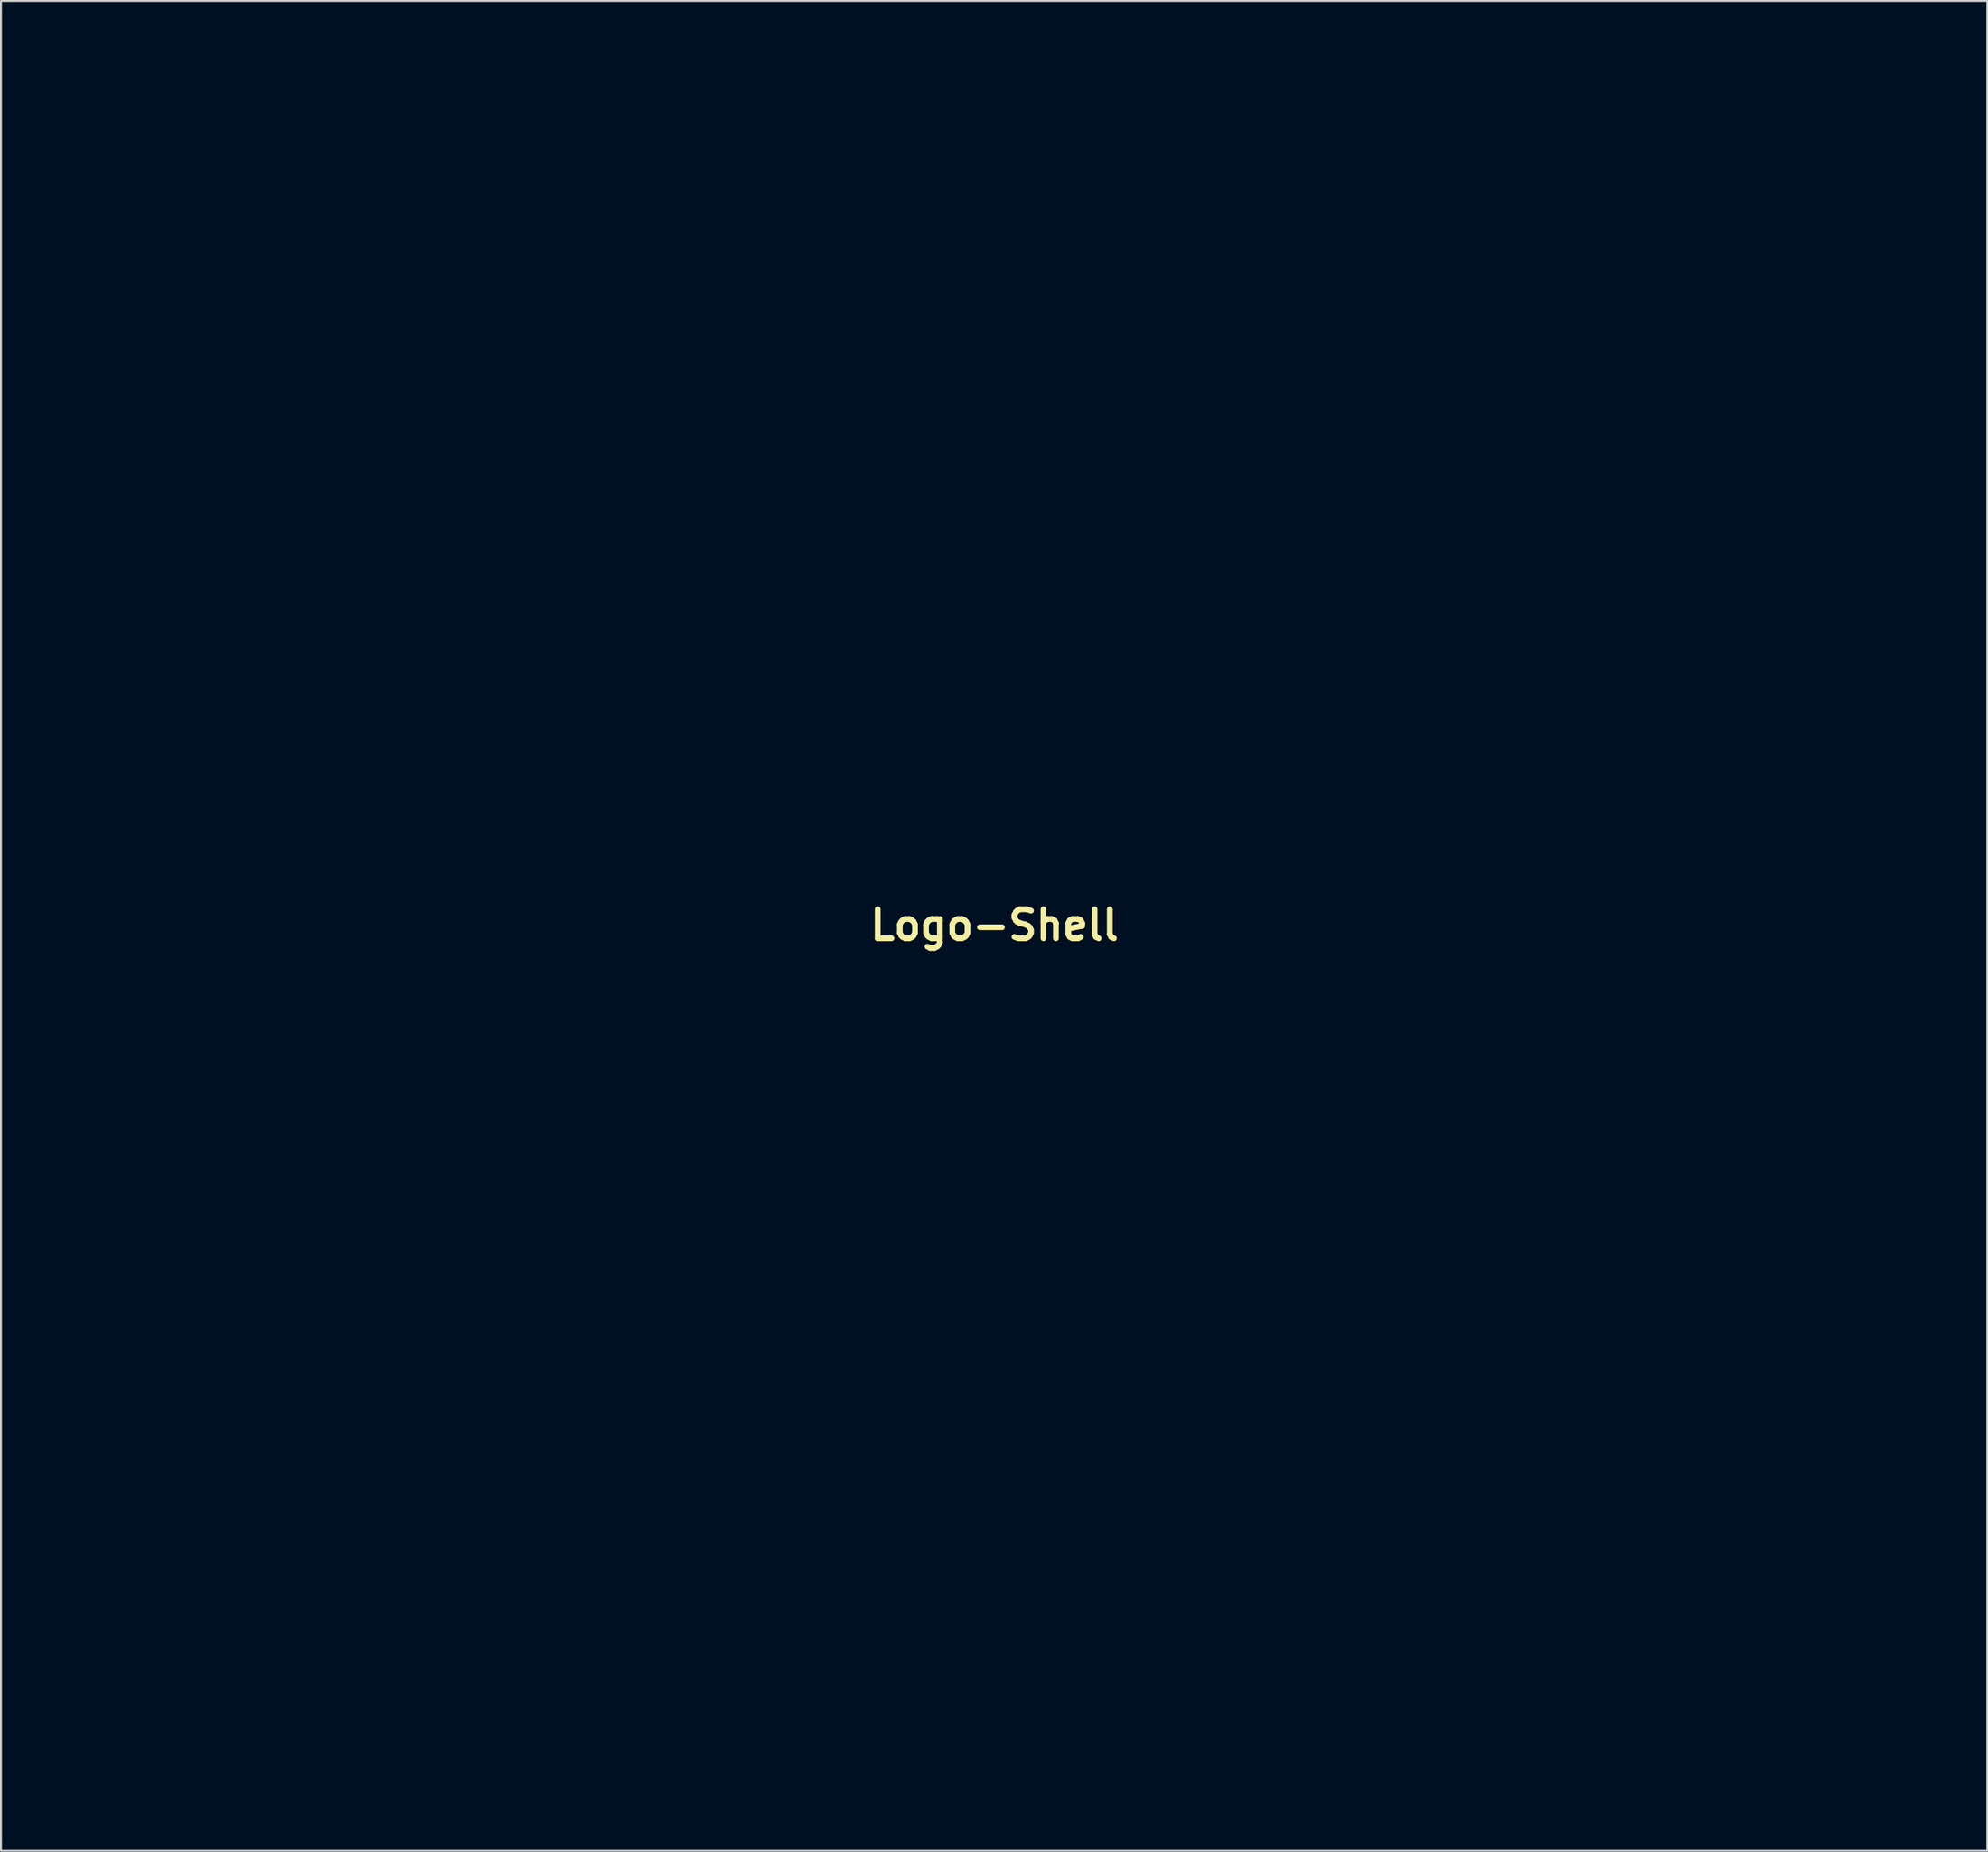
<source format=kicad_pcb>
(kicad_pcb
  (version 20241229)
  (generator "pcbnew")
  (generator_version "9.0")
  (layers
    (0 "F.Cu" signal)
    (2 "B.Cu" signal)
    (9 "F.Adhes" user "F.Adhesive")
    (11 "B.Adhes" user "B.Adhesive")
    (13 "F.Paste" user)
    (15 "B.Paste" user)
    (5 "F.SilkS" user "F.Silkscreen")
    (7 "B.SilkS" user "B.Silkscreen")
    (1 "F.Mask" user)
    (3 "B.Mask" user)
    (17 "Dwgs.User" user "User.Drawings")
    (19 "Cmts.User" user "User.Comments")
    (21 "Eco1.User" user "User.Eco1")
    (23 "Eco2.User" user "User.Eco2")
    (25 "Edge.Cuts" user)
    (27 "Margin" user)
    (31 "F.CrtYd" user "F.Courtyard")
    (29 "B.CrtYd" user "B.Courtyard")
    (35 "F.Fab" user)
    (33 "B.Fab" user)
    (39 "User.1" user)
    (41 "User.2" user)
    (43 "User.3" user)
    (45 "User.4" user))
  (footprint "Logo-Shell"
    (layer "F.Cu")
    (at 49.182 45.534)
    (property "Reference" "Logo-Shell" (at 0 0 0) (layer "F.SilkS") (effects (font (size 1.524 1.524) (thickness 0.3))))
    (attr through_hole)
    (fp_poly (pts (xy -4.657 16.806) (xy -4.699 16.849) (xy -4.741 16.806) (xy -4.699 16.764) (xy -4.657 16.806)) (stroke (width 0.01) (type solid)) (fill no) (layer "Eco2.User"))
    (fp_poly (pts (xy 9.144 18.669) (xy 9.102 18.711) (xy 9.059 18.669) (xy 9.102 18.627) (xy 9.144 18.669)) (stroke (width 0.01) (type solid)) (fill no) (layer "Eco2.User"))
    (fp_poly (pts (xy 2.403 -45.47) (xy 5.24 -45.244) (xy 6.247 -45.124) (xy 9.045 -44.674) (xy 11.811 -44.059) (xy 14.537 -43.282) (xy 17.217 -42.346) (xy 19.843 -41.253) (xy 22.408 -40.006) (xy 24.905 -38.608) (xy 26.628 -37.528) (xy 28.975 -35.89) (xy 31.217 -34.129) (xy 33.35 -32.251) (xy 35.368 -30.262) (xy 37.268 -28.171) (xy 39.045 -25.983) (xy 40.694 -23.705) (xy 42.211 -21.345) (xy 43.591 -18.909) (xy 44.83 -16.404) (xy 45.923 -13.838) (xy 46.865 -11.216) (xy 47.653 -8.546) (xy 48.281 -5.834) (xy 48.551 -4.36) (xy 48.7 -3.444) (xy 48.822 -2.625) (xy 48.92 -1.872) (xy 48.996 -1.151) (xy 49.054 -0.431) (xy 49.095 0.322) (xy 49.122 1.139) (xy 49.138 2.053) (xy 49.144 3.097) (xy 49.145 3.344) (xy 49.144 4.323) (xy 49.139 5.161) (xy 49.126 5.889) (xy 49.106 6.537) (xy 49.074 7.133) (xy 49.031 7.707) (xy 48.974 8.288) (xy 48.9 8.907) (xy 48.81 9.592) (xy 48.724 10.202) (xy 48.57 11.227) (xy 48.424 12.084) (xy 48.287 12.776) (xy 48.158 13.304) (xy 48.037 13.669) (xy 47.922 13.875) (xy 47.901 13.896) (xy 47.636 14.114) (xy 47.239 14.424) (xy 46.717 14.822) (xy 46.077 15.301) (xy 45.325 15.858) (xy 44.469 16.487) (xy 43.515 17.182) (xy 42.47 17.94) (xy 41.341 18.755) (xy 40.134 19.622) (xy 38.857 20.536) (xy 37.516 21.493) (xy 36.745 22.041) (xy 36.046 22.538) (xy 35.39 23.005) (xy 34.79 23.432) (xy 34.258 23.81) (xy 33.807 24.131) (xy 33.45 24.385) (xy 33.199 24.564) (xy 33.068 24.658) (xy 33.051 24.67) (xy 33.04 24.754) (xy 33.01 24.995) (xy 32.963 25.382) (xy 32.9 25.905) (xy 32.823 26.553) (xy 32.732 27.316) (xy 32.63 28.181) (xy 32.516 29.138) (xy 32.394 30.177) (xy 32.263 31.287) (xy 32.125 32.456) (xy 31.981 33.675) (xy 31.969 33.782) (xy 31.824 35.008) (xy 31.685 36.19) (xy 31.552 37.314) (xy 31.426 38.372) (xy 31.31 39.351) (xy 31.204 40.24) (xy 31.109 41.028) (xy 31.028 41.705) (xy 30.961 42.259) (xy 30.909 42.678) (xy 30.874 42.952) (xy 30.858 43.07) (xy 30.858 43.072) (xy 30.817 43.259) (xy 5.353 43.307) (xy 4.89 43.745) (xy 4.082 44.396) (xy 3.175 44.915) (xy 2.163 45.303) (xy 1.864 45.388) (xy 1.387 45.484) (xy 0.807 45.553) (xy 0.186 45.593) (xy -0.417 45.601) (xy -0.94 45.573) (xy -1.118 45.55) (xy -2.189 45.301) (xy -3.189 44.909) (xy -4.101 44.381) (xy -4.89 43.745) (xy -5.353 43.307) (xy -30.817 43.259) (xy -30.858 43.072) (xy -30.873 42.964) (xy -30.906 42.699) (xy -30.957 42.288) (xy -31.023 41.742) (xy -31.104 41.072) (xy -31.198 40.29) (xy -31.303 39.407) (xy -31.419 38.433) (xy -31.544 37.38) (xy -31.677 36.259) (xy -31.816 35.081) (xy -31.96 33.857) (xy -31.969 33.782) (xy -32.113 32.56) (xy -32.251 31.386) (xy -32.383 30.271) (xy -32.506 29.225) (xy -32.62 28.26) (xy -32.724 27.386) (xy -32.816 26.615) (xy -32.894 25.957) (xy -32.958 25.422) (xy -33.006 25.022) (xy -33.038 24.768) (xy -33.051 24.671) (xy -33.051 24.67) (xy -33.12 24.62) (xy -33.314 24.482) (xy -33.62 24.264) (xy -34.024 23.977) (xy -34.514 23.629) (xy -35.076 23.23) (xy -35.697 22.788) (xy -36.364 22.315) (xy -36.491 22.224) (xy -37.78 21.307) (xy -39.03 20.415) (xy -40.232 19.553) (xy -41.379 18.728) (xy -42.463 17.946) (xy -43.474 17.211) (xy -44.406 16.532) (xy -45.25 15.912) (xy -45.998 15.359) (xy -46.641 14.878) (xy -47.171 14.476) (xy -47.581 14.157) (xy -47.862 13.929) (xy -47.901 13.896) (xy -47.997 13.778) (xy -48.084 13.587) (xy -48.171 13.292) (xy -48.269 12.867) (xy -48.298 12.728) (xy -48.575 11.257) (xy -48.793 9.812) (xy -48.959 8.349) (xy -49.075 6.827) (xy -49.146 5.204) (xy -49.166 4.36) (xy -49.175 3.185) (xy -40.713 3.185) (xy -40.703 3.961) (xy -40.667 4.93) (xy -40.608 5.785) (xy -40.517 6.584) (xy -40.388 7.382) (xy -40.216 8.234) (xy -40.193 8.338) (xy -40.005 9.183) (xy -32.623 14.519) (xy -31.628 15.238) (xy -30.672 15.93) (xy -29.763 16.587) (xy -28.91 17.204) (xy -28.123 17.774) (xy -27.411 18.29) (xy -26.782 18.747) (xy -26.245 19.136) (xy -25.809 19.453) (xy -25.483 19.69) (xy -25.276 19.841) (xy -25.197 19.9) (xy -25.197 19.901) (xy -25.18 19.99) (xy -25.143 20.235) (xy -25.089 20.623) (xy -25.019 21.142) (xy -24.934 21.78) (xy -24.836 22.524) (xy -24.728 23.362) (xy -24.609 24.282) (xy -24.483 25.272) (xy -24.35 26.318) (xy -24.257 27.055) (xy -24.12 28.137) (xy -23.989 29.173) (xy -23.865 30.151) (xy -23.749 31.058) (xy -23.644 31.881) (xy -23.551 32.608) (xy -23.471 33.226) (xy -23.407 33.722) (xy -23.359 34.084) (xy -23.329 34.299) (xy -23.321 34.353) (xy -23.28 34.544) (xy -14.201 34.546) (xy -5.122 34.549) (xy -4.826 34.806) (xy -4.132 35.375) (xy -3.41 35.907) (xy -2.695 36.38) (xy -2.019 36.772) (xy -1.416 37.06) (xy -1.351 37.086) (xy -0.783 37.283) (xy -0.299 37.384) (xy 0.156 37.393) (xy 0.632 37.315) (xy 0.723 37.293) (xy 1.418 37.057) (xy 2.182 36.692) (xy 2.992 36.211) (xy 3.827 35.629) (xy 4.546 35.057) (xy 5.155 34.544) (xy 23.327 34.544) (xy 25.178 19.917) (xy 40.035 9.186) (xy 40.171 8.594) (xy 40.514 6.786) (xy 40.712 4.985) (xy 40.768 3.207) (xy 40.681 1.469) (xy 40.451 -0.213) (xy 40.078 -1.823) (xy 39.999 -2.092) (xy 39.886 -2.438) (xy 39.739 -2.84) (xy 39.572 -3.27) (xy 39.396 -3.698) (xy 39.224 -4.096) (xy 39.068 -4.433) (xy 38.942 -4.682) (xy 38.856 -4.813) (xy 38.836 -4.826) (xy 38.775 -4.767) (xy 38.602 -4.594) (xy 38.323 -4.313) (xy 37.946 -3.932) (xy 37.476 -3.458) (xy 36.92 -2.896) (xy 36.286 -2.254) (xy 35.579 -1.538) (xy 34.806 -0.755) (xy 33.974 0.088) (xy 33.09 0.984) (xy 32.159 1.927) (xy 31.19 2.91) (xy 30.187 3.927) (xy 29.159 4.97) (xy 28.111 6.033) (xy 27.051 7.109) (xy 25.984 8.191) (xy 24.917 9.273) (xy 23.858 10.348) (xy 22.813 11.41) (xy 21.788 12.451) (xy 20.789 13.464) (xy 19.825 14.444) (xy 18.9 15.384) (xy 18.023 16.275) (xy 17.198 17.113) (xy 16.434 17.89) (xy 15.737 18.6) (xy 15.113 19.235) (xy 14.569 19.789) (xy 14.111 20.256) (xy 13.747 20.628) (xy 13.727 20.649) (xy 13.432 20.948) (xy 13.197 21.182) (xy 13.036 21.336) (xy 12.968 21.394) (xy 12.975 21.378) (xy 13.04 21.298) (xy 13.207 21.092) (xy 13.472 20.767) (xy 13.829 20.328) (xy 14.275 19.782) (xy 14.804 19.133) (xy 15.411 18.389) (xy 16.093 17.554) (xy 16.843 16.634) (xy 17.658 15.636) (xy 18.533 14.565) (xy 19.462 13.426) (xy 20.442 12.227) (xy 21.466 10.972) (xy 22.532 9.668) (xy 23.633 8.32) (xy 24.765 6.934) (xy 25.622 5.884) (xy 38.142 -9.44) (xy 38.132 -9.948) (xy 38.077 -10.367) (xy 37.932 -10.904) (xy 37.706 -11.54) (xy 37.411 -12.256) (xy 37.054 -13.035) (xy 36.646 -13.856) (xy 36.196 -14.7) (xy 35.714 -15.55) (xy 35.21 -16.385) (xy 34.692 -17.188) (xy 34.171 -17.939) (xy 33.883 -18.328) (xy 33.588 -18.693) (xy 33.247 -19.082) (xy 32.888 -19.464) (xy 32.544 -19.808) (xy 32.243 -20.081) (xy 32.017 -20.253) (xy 32.015 -20.254) (xy 31.827 -20.364) (xy 31.722 -20.384) (xy 31.644 -20.319) (xy 31.612 -20.277) (xy 31.56 -20.191) (xy 31.427 -19.964) (xy 31.217 -19.603) (xy 30.933 -19.113) (xy 30.579 -18.502) (xy 30.158 -17.774) (xy 29.673 -16.936) (xy 29.129 -15.994) (xy 28.529 -14.955) (xy 27.875 -13.824) (xy 27.173 -12.608) (xy 26.425 -11.312) (xy 25.635 -9.943) (xy 24.807 -8.507) (xy 23.944 -7.01) (xy 23.049 -5.458) (xy 22.126 -3.857) (xy 21.179 -2.214) (xy 20.394 -0.853) (xy 19.43 0.82) (xy 18.488 2.454) (xy 17.572 4.044) (xy 16.684 5.583) (xy 15.828 7.067) (xy 15.008 8.488) (xy 14.227 9.84) (xy 13.49 11.117) (xy 12.798 12.314) (xy 12.157 13.424) (xy 11.569 14.441) (xy 11.038 15.359) (xy 10.568 16.172) (xy 10.161 16.873) (xy 9.822 17.457) (xy 9.554 17.918) (xy 9.361 18.249) (xy 9.246 18.445) (xy 9.212 18.5) (xy 9.201 18.513) (xy 9.189 18.528) (xy 9.18 18.54) (xy 9.174 18.543) (xy 9.176 18.533) (xy 9.186 18.503) (xy 9.208 18.449) (xy 9.245 18.365) (xy 9.297 18.248) (xy 9.369 18.09) (xy 9.462 17.888) (xy 9.578 17.635) (xy 9.721 17.327) (xy 9.892 16.959) (xy 10.095 16.525) (xy 10.33 16.021) (xy 10.601 15.441) (xy 10.911 14.779) (xy 11.261 14.031) (xy 11.654 13.192) (xy 12.093 12.256) (xy 12.579 11.219) (xy 13.116 10.074) (xy 13.705 8.817) (xy 14.349 7.443) (xy 15.051 5.947) (xy 15.813 4.322) (xy 16.637 2.565) (xy 17.526 0.67) (xy 18.483 -1.368) (xy 19.462 -3.456) (xy 20.291 -5.223) (xy 21.101 -6.952) (xy 21.889 -8.634) (xy 22.653 -10.265) (xy 23.388 -11.837) (xy 24.093 -13.344) (xy 24.765 -14.78) (xy 25.399 -16.139) (xy 25.994 -17.414) (xy 26.547 -18.6) (xy 27.055 -19.689) (xy 27.513 -20.675) (xy 27.921 -21.553) (xy 28.275 -22.315) (xy 28.571 -22.956) (xy 28.807 -23.469) (xy 28.98 -23.848) (xy 29.087 -24.087) (xy 29.125 -24.179) (xy 29.125 -24.179) (xy 29.064 -24.375) (xy 28.889 -24.664) (xy 28.615 -25.029) (xy 28.258 -25.45) (xy 27.831 -25.912) (xy 27.35 -26.395) (xy 27.093 -26.639) (xy 26.269 -27.371) (xy 25.376 -28.093) (xy 24.442 -28.786) (xy 23.495 -29.431) (xy 22.564 -30.009) (xy 21.677 -30.501) (xy 20.863 -30.888) (xy 20.646 -30.977) (xy 20.28 -31.108) (xy 19.877 -31.229) (xy 19.473 -31.333) (xy 19.102 -31.412) (xy 18.8 -31.457) (xy 18.602 -31.462) (xy 18.548 -31.442) (xy 18.52 -31.355) (xy 18.447 -31.112) (xy 18.332 -30.719) (xy 18.176 -30.183) (xy 17.981 -29.509) (xy 17.748 -28.704) (xy 17.48 -27.774) (xy 17.179 -26.726) (xy 16.846 -25.566) (xy 16.483 -24.301) (xy 16.092 -22.936) (xy 15.674 -21.479) (xy 15.232 -19.935) (xy 14.768 -18.312) (xy 14.283 -16.614) (xy 13.779 -14.85) (xy 13.257 -13.024) (xy 12.721 -11.144) (xy 12.171 -9.216) (xy 11.638 -7.348) (xy 11.077 -5.381) (xy 10.529 -3.457) (xy 9.994 -1.582) (xy 9.475 0.237) (xy 8.973 1.995) (xy 8.49 3.685) (xy 8.029 5.301) (xy 7.59 6.836) (xy 7.176 8.283) (xy 6.788 9.638) (xy 6.429 10.892) (xy 6.1 12.041) (xy 5.803 13.077) (xy 5.539 13.995) (xy 5.312 14.787) (xy 5.121 15.448) (xy 4.97 15.971) (xy 4.86 16.35) (xy 4.792 16.579) (xy 4.77 16.651) (xy 4.784 16.568) (xy 4.831 16.324) (xy 4.909 15.928) (xy 5.016 15.384) (xy 5.151 14.701) (xy 5.313 13.883) (xy 5.501 12.937) (xy 5.714 11.871) (xy 5.949 10.689) (xy 6.206 9.399) (xy 6.484 8.007) (xy 6.781 6.52) (xy 7.097 4.943) (xy 7.428 3.284) (xy 7.776 1.547) (xy 8.137 -0.259) (xy 8.512 -2.128) (xy 8.898 -4.055) (xy 9.294 -6.033) (xy 9.7 -8.055) (xy 9.782 -8.462) (xy 10.268 -10.885) (xy 10.722 -13.149) (xy 11.144 -15.257) (xy 11.537 -17.215) (xy 11.9 -19.03) (xy 12.235 -20.706) (xy 12.543 -22.249) (xy 12.826 -23.665) (xy 13.083 -24.959) (xy 13.317 -26.136) (xy 13.528 -27.202) (xy 13.717 -28.162) (xy 13.886 -29.023) (xy 14.035 -29.789) (xy 14.166 -30.466) (xy 14.279 -31.059) (xy 14.376 -31.575) (xy 14.457 -32.018) (xy 14.525 -32.394) (xy 14.579 -32.708) (xy 14.622 -32.966) (xy 14.653 -33.174) (xy 14.674 -33.337) (xy 14.687 -33.46) (xy 14.692 -33.549) (xy 14.69 -33.61) (xy 14.682 -33.647) (xy 14.67 -33.667) (xy 14.668 -33.669) (xy 14.143 -34.027) (xy 13.479 -34.394) (xy 12.704 -34.757) (xy 11.844 -35.105) (xy 10.929 -35.426) (xy 9.987 -35.708) (xy 9.598 -35.81) (xy 8.677 -36.013) (xy 7.687 -36.184) (xy 6.665 -36.319) (xy 5.653 -36.414) (xy 4.688 -36.465) (xy 3.81 -36.469) (xy 3.144 -36.43) (xy 2.761 -36.39) (xy 2.444 -36.352) (xy 2.23 -36.321) (xy 2.153 -36.302) (xy 2.147 -36.216) (xy 2.136 -35.97) (xy 2.118 -35.57) (xy 2.095 -35.024) (xy 2.066 -34.34) (xy 2.033 -33.526) (xy 1.994 -32.591) (xy 1.951 -31.541) (xy 1.904 -30.384) (xy 1.853 -29.129) (xy 1.799 -27.783) (xy 1.741 -26.355) (xy 1.681 -24.851) (xy 1.618 -23.28) (xy 1.553 -21.65) (xy 1.485 -19.968) (xy 1.416 -18.242) (xy 1.346 -16.481) (xy 1.275 -14.691) (xy 1.203 -12.882) (xy 1.131 -11.06) (xy 1.058 -9.234) (xy 0.986 -7.411) (xy 0.914 -5.599) (xy 0.843 -3.807) (xy 0.774 -2.041) (xy 0.705 -0.311) (xy 0.639 1.378) (xy 0.575 3.015) (xy 0.513 4.595) (xy 0.453 6.108) (xy 0.397 7.547) (xy 0.344 8.904) (xy 0.295 10.172) (xy 0.25 11.342) (xy 0.209 12.407) (xy 0.173 13.358) (xy 0.141 14.189) (xy 0.115 14.89) (xy 0.094 15.455) (xy 0.079 15.875) (xy 0.07 16.143) (xy 0.07 16.171) (xy 0.061 16.452) (xy 0.053 16.572) (xy 0.042 16.538) (xy 0.026 16.36) (xy 0.021 16.298) (xy 0.015 16.181) (xy 0.002 15.9) (xy -0.016 15.464) (xy -0.041 14.878) (xy -0.071 14.149) (xy -0.107 13.284) (xy -0.147 12.29) (xy -0.193 11.172) (xy -0.243 9.938) (xy -0.297 8.594) (xy -0.356 7.147) (xy -0.418 5.603) (xy -0.484 3.969) (xy -0.553 2.252) (xy -0.625 0.458) (xy -0.7 -1.407) (xy -0.777 -3.335) (xy -0.857 -5.32) (xy -0.938 -7.356) (xy -1.021 -9.436) (xy -1.051 -10.181) (xy -1.134 -12.271) (xy -1.216 -14.316) (xy -1.296 -16.311) (xy -1.374 -18.249) (xy -1.45 -20.125) (xy -1.524 -21.93) (xy -1.594 -23.66) (xy -1.662 -25.307) (xy -1.726 -26.864) (xy -1.787 -28.327) (xy -1.843 -29.687) (xy -1.896 -30.939) (xy -1.944 -32.075) (xy -1.988 -33.091) (xy -2.026 -33.978) (xy -2.059 -34.732) (xy -2.087 -35.344) (xy -2.109 -35.809) (xy -2.125 -36.12) (xy -2.135 -36.271) (xy -2.137 -36.286) (xy -2.236 -36.314) (xy -2.466 -36.353) (xy -2.789 -36.397) (xy -3.058 -36.428) (xy -3.772 -36.472) (xy -4.611 -36.467) (xy -5.54 -36.417) (xy -6.522 -36.325) (xy -7.522 -36.196) (xy -8.505 -36.033) (xy -9.434 -35.84) (xy -10.017 -35.694) (xy -10.723 -35.485) (xy -11.426 -35.249) (xy -12.107 -34.992) (xy -12.749 -34.725) (xy -13.332 -34.455) (xy -13.838 -34.193) (xy -14.249 -33.946) (xy -14.544 -33.724) (xy -14.706 -33.536) (xy -14.732 -33.447) (xy -14.716 -33.353) (xy -14.667 -33.098) (xy -14.588 -32.691) (xy -14.479 -32.137) (xy -14.342 -31.442) (xy -14.178 -30.615) (xy -13.989 -29.66) (xy -13.775 -28.584) (xy -13.539 -27.394) (xy -13.28 -26.096) (xy -13.001 -24.696) (xy -12.703 -23.202) (xy -12.387 -21.62) (xy -12.055 -19.956) (xy -11.707 -18.216) (xy -11.345 -16.407) (xy -10.971 -14.535) (xy -10.585 -12.608) (xy -10.189 -10.631) (xy -9.784 -8.611) (xy -9.737 -8.376) (xy -9.331 -6.353) (xy -8.934 -4.373) (xy -8.548 -2.443) (xy -8.173 -0.569) (xy -7.81 1.243) (xy -7.461 2.986) (xy -7.128 4.654) (xy -6.811 6.24) (xy -6.512 7.737) (xy -6.232 9.141) (xy -5.973 10.443) (xy -5.735 11.638) (xy -5.52 12.719) (xy -5.329 13.68) (xy -5.164 14.514) (xy -5.026 15.215) (xy -4.915 15.777) (xy -4.834 16.192) (xy -4.783 16.456) (xy -4.765 16.56) (xy -4.765 16.562) (xy -4.79 16.483) (xy -4.859 16.248) (xy -4.971 15.863) (xy -5.124 15.334) (xy -5.317 14.668) (xy -5.546 13.871) (xy -5.811 12.949) (xy -6.11 11.909) (xy -6.44 10.757) (xy -6.801 9.499) (xy -7.19 8.142) (xy -7.605 6.692) (xy -8.044 5.156) (xy -8.507 3.539) (xy -8.99 1.849) (xy -9.492 0.091) (xy -10.011 -1.728) (xy -10.546 -3.602) (xy -11.095 -5.524) (xy -11.592 -7.265) (xy -12.151 -9.227) (xy -12.7 -11.148) (xy -13.234 -13.021) (xy -13.753 -14.84) (xy -14.255 -16.598) (xy -14.738 -18.289) (xy -15.2 -19.907) (xy -15.64 -21.444) (xy -16.055 -22.895) (xy -16.443 -24.253) (xy -16.803 -25.512) (xy -17.133 -26.666) (xy -17.431 -27.707) (xy -17.695 -28.629) (xy -17.924 -29.426) (xy -18.115 -30.092) (xy -18.267 -30.62) (xy -18.378 -31.003) (xy -18.446 -31.236) (xy -18.468 -31.311) (xy -18.529 -31.427) (xy -18.627 -31.474) (xy -18.817 -31.466) (xy -18.944 -31.448) (xy -19.701 -31.281) (xy -20.541 -30.989) (xy -21.447 -30.587) (xy -22.4 -30.084) (xy -23.382 -29.493) (xy -24.375 -28.824) (xy -25.359 -28.091) (xy -26.318 -27.304) (xy -27.231 -26.475) (xy -27.957 -25.748) (xy -28.272 -25.404) (xy -28.561 -25.067) (xy -28.794 -24.772) (xy -28.941 -24.556) (xy -28.952 -24.537) (xy -29.15 -24.163) (xy -19.107 -2.752) (xy -18.262 -0.95) (xy -17.436 0.811) (xy -16.632 2.526) (xy -15.853 4.188) (xy -15.101 5.793) (xy -14.38 7.332) (xy -13.693 8.8) (xy -13.041 10.192) (xy -12.429 11.501) (xy -11.858 12.72) (xy -11.333 13.844) (xy -10.855 14.866) (xy -10.428 15.78) (xy -10.054 16.581) (xy -9.737 17.262) (xy -9.479 17.816) (xy -9.283 18.239) (xy -9.152 18.522) (xy -9.088 18.662) (xy -9.083 18.676) (xy -9.126 18.605) (xy -9.25 18.393) (xy -9.452 18.047) (xy -9.728 17.572) (xy -10.075 16.974) (xy -10.489 16.26) (xy -10.966 15.435) (xy -11.503 14.505) (xy -12.097 13.477) (xy -12.745 12.357) (xy -13.442 11.15) (xy -14.185 9.862) (xy -14.971 8.5) (xy -15.796 7.07) (xy -16.657 5.577) (xy -17.551 4.028) (xy -18.473 2.428) (xy -19.421 0.784) (xy -20.32 -0.776) (xy -21.289 -2.457) (xy -22.235 -4.1) (xy -23.157 -5.699) (xy -24.049 -7.248) (xy -24.91 -8.741) (xy -25.734 -10.171) (xy -26.519 -11.533) (xy -27.261 -12.821) (xy -27.956 -14.028) (xy -28.602 -15.148) (xy -29.195 -16.176) (xy -29.73 -17.105) (xy -30.205 -17.93) (xy -30.617 -18.644) (xy -30.961 -19.241) (xy -31.234 -19.714) (xy -31.433 -20.059) (xy -31.554 -20.269) (xy -31.594 -20.337) (xy -31.698 -20.364) (xy -31.894 -20.285) (xy -32.154 -20.119) (xy -32.453 -19.883) (xy -32.765 -19.594) (xy -32.9 -19.455) (xy -33.458 -18.812) (xy -34.039 -18.058) (xy -34.63 -17.218) (xy -35.217 -16.315) (xy -35.787 -15.374) (xy -36.325 -14.418) (xy -36.82 -13.471) (xy -37.256 -12.557) (xy -37.622 -11.7) (xy -37.902 -10.925) (xy -38.077 -10.285) (xy -38.143 -9.961) (xy -38.169 -9.753) (xy -38.154 -9.613) (xy -38.098 -9.491) (xy -38.066 -9.442) (xy -38.004 -9.362) (xy -37.84 -9.158) (xy -37.58 -8.837) (xy -37.231 -8.407) (xy -36.798 -7.873) (xy -36.287 -7.245) (xy -35.704 -6.527) (xy -35.054 -5.729) (xy -34.344 -4.857) (xy -33.578 -3.917) (xy -32.764 -2.918) (xy -31.907 -1.866) (xy -31.013 -0.768) (xy -30.087 0.368) (xy -29.135 1.536) (xy -28.163 2.727) (xy -27.178 3.936) (xy -26.184 5.155) (xy -25.187 6.376) (xy -24.194 7.593) (xy -23.211 8.799) (xy -22.242 9.986) (xy -21.294 11.148) (xy -20.372 12.277) (xy -19.483 13.365) (xy -18.633 14.407) (xy -17.826 15.395) (xy -17.069 16.321) (xy -16.368 17.178) (xy -15.729 17.96) (xy -15.157 18.66) (xy -14.658 19.269) (xy -14.238 19.782) (xy -13.903 20.19) (xy -13.658 20.487) (xy -13.568 20.595) (xy -13.345 20.869) (xy -13.175 21.087) (xy -13.079 21.221) (xy -13.067 21.251) (xy -13.129 21.192) (xy -13.305 21.017) (xy -13.589 20.733) (xy -13.975 20.344) (xy -14.458 19.857) (xy -15.033 19.276) (xy -15.693 18.608) (xy -16.435 17.857) (xy -17.252 17.03) (xy -18.138 16.132) (xy -19.089 15.168) (xy -20.099 14.143) (xy -21.162 13.064) (xy -22.274 11.936) (xy -23.428 10.764) (xy -24.619 9.554) (xy -25.842 8.311) (xy -25.919 8.234) (xy -27.144 6.989) (xy -28.338 5.776) (xy -29.495 4.601) (xy -30.61 3.469) (xy -31.677 2.385) (xy -32.692 1.356) (xy -33.648 0.387) (xy -34.54 -0.517) (xy -35.362 -1.351) (xy -36.11 -2.108) (xy -36.777 -2.784) (xy -37.358 -3.372) (xy -37.849 -3.867) (xy -38.243 -4.264) (xy -38.534 -4.557) (xy -38.718 -4.741) (xy -38.79 -4.81) (xy -38.79 -4.81) (xy -38.859 -4.753) (xy -38.974 -4.565) (xy -39.123 -4.273) (xy -39.292 -3.904) (xy -39.471 -3.487) (xy -39.645 -3.048) (xy -39.802 -2.616) (xy -39.84 -2.504) (xy -40.168 -1.414) (xy -40.414 -0.338) (xy -40.583 0.762) (xy -40.681 1.924) (xy -40.713 3.185) (xy -49.175 3.185) (xy -49.177 2.851) (xy -49.154 1.464) (xy -49.093 0.155) (xy -48.991 -1.121) (xy -48.845 -2.407) (xy -48.652 -3.748) (xy -48.553 -4.36) (xy -48.007 -7.107) (xy -47.299 -9.814) (xy -46.433 -12.477) (xy -45.413 -15.088) (xy -44.244 -17.639) (xy -42.929 -20.125) (xy -41.474 -22.538) (xy -39.882 -24.871) (xy -38.157 -27.118) (xy -36.304 -29.272) (xy -34.327 -31.325) (xy -32.23 -33.271) (xy -30.018 -35.103) (xy -29.357 -35.61) (xy -27.005 -37.283) (xy -24.578 -38.806) (xy -22.085 -40.178) (xy -19.529 -41.398) (xy -16.919 -42.464) (xy -14.258 -43.374) (xy -11.554 -44.126) (xy -8.813 -44.719) (xy -6.041 -45.152) (xy -3.243 -45.423) (xy -0.427 -45.529) (xy 2.403 -45.47)) (stroke (width 0.01) (type solid)) (fill no) (layer "Eco2.User")))
  (gr_rect
    (start -3 -3)
    (end 101.332 94.14)
    (stroke (width 0.1) (type default))
    (fill no)
    (layer "Edge.Cuts")))
</source>
